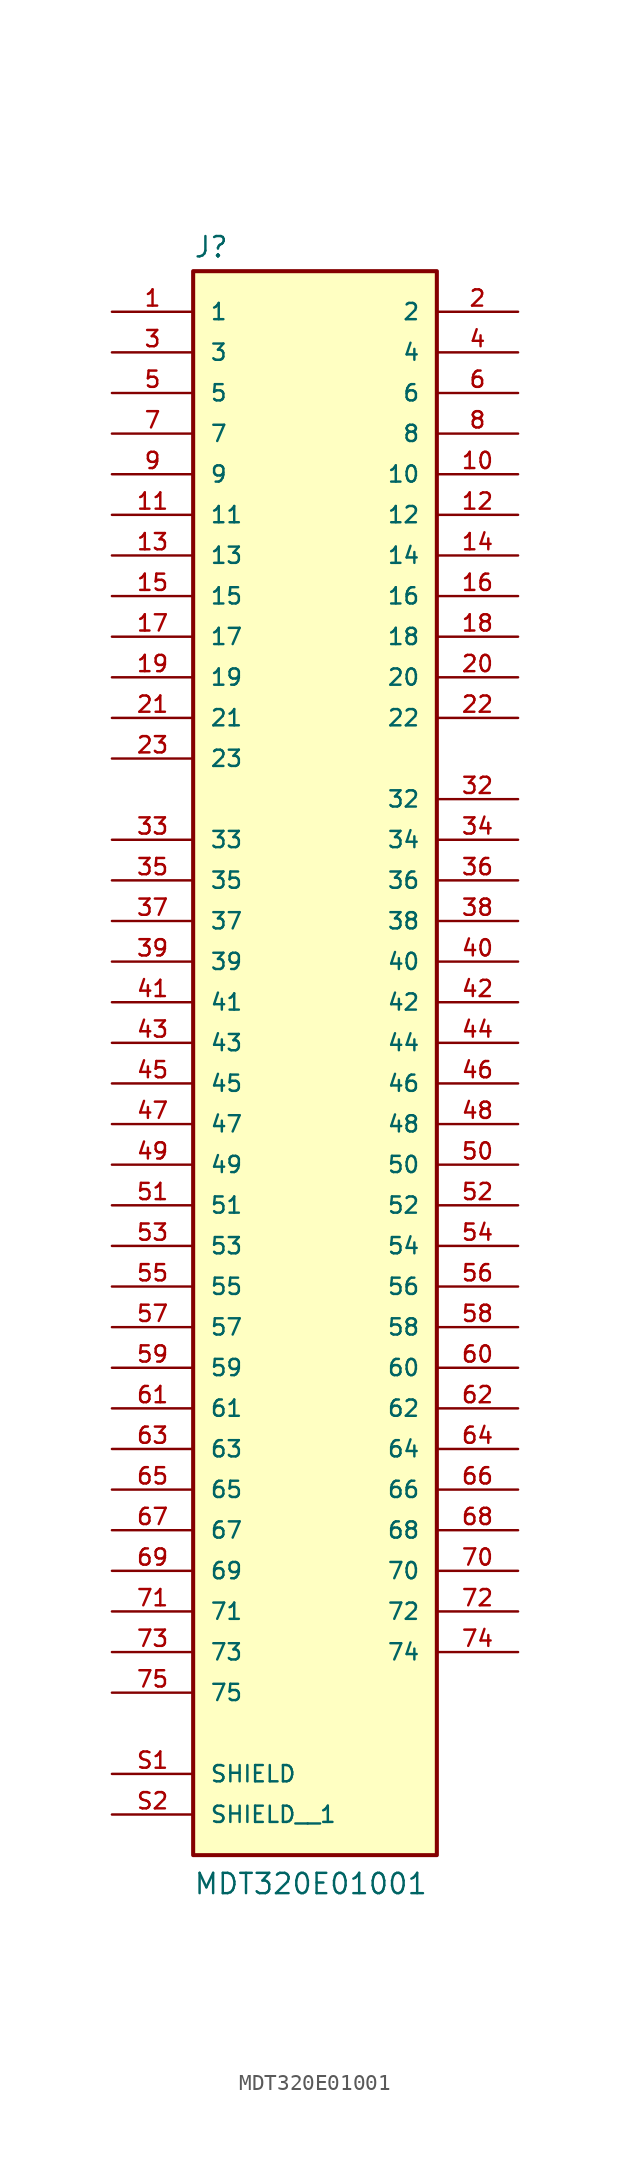
<source format=kicad_sym>
(kicad_symbol_lib
  (version 20211014)
  (generator kicad_symbol_editor)
  (symbol "MDT320E01001"
    (pin_names
      (offset 1.016))
    (property "Reference" "J"
      (at -7.62 49.022 0)
      (effects (font (size 1.27 1.27)) (justify bottom left)))
    (property "Value" "MDT320E01001"
      (at -7.62 -53.34 0)
      (effects (font (size 1.27 1.27)) (justify bottom left)))
    (symbol "MDT320E01001_0_0"
      (rectangle (start -7.62 -50.8) (end 7.62 48.26) (stroke (width 0.254)) (fill (type background)))
      (pin passive line (at -12.7 45.72 0) (length 5.08) (name "1" (effects (font (size 1.016 1.016)))) (number "1" (effects (font (size 1.016 1.016)))))
      (pin passive line (at 12.7 45.72 180.0) (length 5.08) (name "2" (effects (font (size 1.016 1.016)))) (number "2" (effects (font (size 1.016 1.016)))))
      (pin passive line (at -12.7 43.18 0) (length 5.08) (name "3" (effects (font (size 1.016 1.016)))) (number "3" (effects (font (size 1.016 1.016)))))
      (pin passive line (at 12.7 43.18 180.0) (length 5.08) (name "4" (effects (font (size 1.016 1.016)))) (number "4" (effects (font (size 1.016 1.016)))))
      (pin passive line (at -12.7 40.64 0) (length 5.08) (name "5" (effects (font (size 1.016 1.016)))) (number "5" (effects (font (size 1.016 1.016)))))
      (pin passive line (at 12.7 40.64 180.0) (length 5.08) (name "6" (effects (font (size 1.016 1.016)))) (number "6" (effects (font (size 1.016 1.016)))))
      (pin passive line (at -12.7 38.1 0) (length 5.08) (name "7" (effects (font (size 1.016 1.016)))) (number "7" (effects (font (size 1.016 1.016)))))
      (pin passive line (at 12.7 38.1 180.0) (length 5.08) (name "8" (effects (font (size 1.016 1.016)))) (number "8" (effects (font (size 1.016 1.016)))))
      (pin passive line (at -12.7 35.56 0) (length 5.08) (name "9" (effects (font (size 1.016 1.016)))) (number "9" (effects (font (size 1.016 1.016)))))
      (pin passive line (at 12.7 35.56 180.0) (length 5.08) (name "10" (effects (font (size 1.016 1.016)))) (number "10" (effects (font (size 1.016 1.016)))))
      (pin passive line (at -12.7 33.02 0) (length 5.08) (name "11" (effects (font (size 1.016 1.016)))) (number "11" (effects (font (size 1.016 1.016)))))
      (pin passive line (at 12.7 33.02 180.0) (length 5.08) (name "12" (effects (font (size 1.016 1.016)))) (number "12" (effects (font (size 1.016 1.016)))))
      (pin passive line (at -12.7 30.48 0) (length 5.08) (name "13" (effects (font (size 1.016 1.016)))) (number "13" (effects (font (size 1.016 1.016)))))
      (pin passive line (at 12.7 30.48 180.0) (length 5.08) (name "14" (effects (font (size 1.016 1.016)))) (number "14" (effects (font (size 1.016 1.016)))))
      (pin passive line (at -12.7 27.94 0) (length 5.08) (name "15" (effects (font (size 1.016 1.016)))) (number "15" (effects (font (size 1.016 1.016)))))
      (pin passive line (at 12.7 27.94 180.0) (length 5.08) (name "16" (effects (font (size 1.016 1.016)))) (number "16" (effects (font (size 1.016 1.016)))))
      (pin passive line (at -12.7 25.4 0) (length 5.08) (name "17" (effects (font (size 1.016 1.016)))) (number "17" (effects (font (size 1.016 1.016)))))
      (pin passive line (at 12.7 25.4 180.0) (length 5.08) (name "18" (effects (font (size 1.016 1.016)))) (number "18" (effects (font (size 1.016 1.016)))))
      (pin passive line (at -12.7 22.86 0) (length 5.08) (name "19" (effects (font (size 1.016 1.016)))) (number "19" (effects (font (size 1.016 1.016)))))
      (pin passive line (at 12.7 22.86 180.0) (length 5.08) (name "20" (effects (font (size 1.016 1.016)))) (number "20" (effects (font (size 1.016 1.016)))))
      (pin passive line (at -12.7 20.32 0) (length 5.08) (name "21" (effects (font (size 1.016 1.016)))) (number "21" (effects (font (size 1.016 1.016)))))
      (pin passive line (at 12.7 20.32 180.0) (length 5.08) (name "22" (effects (font (size 1.016 1.016)))) (number "22" (effects (font (size 1.016 1.016)))))
      (pin passive line (at -12.7 17.78 0) (length 5.08) (name "23" (effects (font (size 1.016 1.016)))) (number "23" (effects (font (size 1.016 1.016)))))
      (pin passive line (at -12.7 -12.7 0) (length 5.08) (name "53" (effects (font (size 1.016 1.016)))) (number "53" (effects (font (size 1.016 1.016)))))
      (pin passive line (at 12.7 -12.7 180.0) (length 5.08) (name "54" (effects (font (size 1.016 1.016)))) (number "54" (effects (font (size 1.016 1.016)))))
      (pin passive line (at -12.7 -15.24 0) (length 5.08) (name "55" (effects (font (size 1.016 1.016)))) (number "55" (effects (font (size 1.016 1.016)))))
      (pin passive line (at 12.7 -15.24 180.0) (length 5.08) (name "56" (effects (font (size 1.016 1.016)))) (number "56" (effects (font (size 1.016 1.016)))))
      (pin passive line (at -12.7 -17.78 0) (length 5.08) (name "57" (effects (font (size 1.016 1.016)))) (number "57" (effects (font (size 1.016 1.016)))))
      (pin passive line (at 12.7 -17.78 180.0) (length 5.08) (name "58" (effects (font (size 1.016 1.016)))) (number "58" (effects (font (size 1.016 1.016)))))
      (pin passive line (at -12.7 -30.48 0) (length 5.08) (name "67" (effects (font (size 1.016 1.016)))) (number "67" (effects (font (size 1.016 1.016)))))
      (pin passive line (at 12.7 -30.48 180.0) (length 5.08) (name "68" (effects (font (size 1.016 1.016)))) (number "68" (effects (font (size 1.016 1.016)))))
      (pin passive line (at -12.7 -33.02 0) (length 5.08) (name "69" (effects (font (size 1.016 1.016)))) (number "69" (effects (font (size 1.016 1.016)))))
      (pin passive line (at 12.7 -33.02 180.0) (length 5.08) (name "70" (effects (font (size 1.016 1.016)))) (number "70" (effects (font (size 1.016 1.016)))))
      (pin passive line (at -12.7 -35.56 0) (length 5.08) (name "71" (effects (font (size 1.016 1.016)))) (number "71" (effects (font (size 1.016 1.016)))))
      (pin passive line (at 12.7 -35.56 180.0) (length 5.08) (name "72" (effects (font (size 1.016 1.016)))) (number "72" (effects (font (size 1.016 1.016)))))
      (pin passive line (at -12.7 -38.1 0) (length 5.08) (name "73" (effects (font (size 1.016 1.016)))) (number "73" (effects (font (size 1.016 1.016)))))
      (pin passive line (at 12.7 -38.1 180.0) (length 5.08) (name "74" (effects (font (size 1.016 1.016)))) (number "74" (effects (font (size 1.016 1.016)))))
      (pin passive line (at -12.7 -40.64 0) (length 5.08) (name "75" (effects (font (size 1.016 1.016)))) (number "75" (effects (font (size 1.016 1.016)))))
      (pin passive line (at -12.7 -20.32 0) (length 5.08) (name "59" (effects (font (size 1.016 1.016)))) (number "59" (effects (font (size 1.016 1.016)))))
      (pin passive line (at 12.7 -20.32 180.0) (length 5.08) (name "60" (effects (font (size 1.016 1.016)))) (number "60" (effects (font (size 1.016 1.016)))))
      (pin passive line (at -12.7 -22.86 0) (length 5.08) (name "61" (effects (font (size 1.016 1.016)))) (number "61" (effects (font (size 1.016 1.016)))))
      (pin passive line (at 12.7 -22.86 180.0) (length 5.08) (name "62" (effects (font (size 1.016 1.016)))) (number "62" (effects (font (size 1.016 1.016)))))
      (pin passive line (at -12.7 -25.4 0) (length 5.08) (name "63" (effects (font (size 1.016 1.016)))) (number "63" (effects (font (size 1.016 1.016)))))
      (pin passive line (at 12.7 -25.4 180.0) (length 5.08) (name "64" (effects (font (size 1.016 1.016)))) (number "64" (effects (font (size 1.016 1.016)))))
      (pin passive line (at -12.7 -27.94 0) (length 5.08) (name "65" (effects (font (size 1.016 1.016)))) (number "65" (effects (font (size 1.016 1.016)))))
      (pin passive line (at 12.7 -27.94 180.0) (length 5.08) (name "66" (effects (font (size 1.016 1.016)))) (number "66" (effects (font (size 1.016 1.016)))))
      (pin passive line (at -12.7 -45.72 0) (length 5.08) (name "SHIELD" (effects (font (size 1.016 1.016)))) (number "S1" (effects (font (size 1.016 1.016)))))
      (pin passive line (at 12.7 15.24 180.0) (length 5.08) (name "32" (effects (font (size 1.016 1.016)))) (number "32" (effects (font (size 1.016 1.016)))))
      (pin passive line (at -12.7 12.7 0) (length 5.08) (name "33" (effects (font (size 1.016 1.016)))) (number "33" (effects (font (size 1.016 1.016)))))
      (pin passive line (at 12.7 12.7 180.0) (length 5.08) (name "34" (effects (font (size 1.016 1.016)))) (number "34" (effects (font (size 1.016 1.016)))))
      (pin passive line (at 12.7 10.16 180.0) (length 5.08) (name "36" (effects (font (size 1.016 1.016)))) (number "36" (effects (font (size 1.016 1.016)))))
      (pin passive line (at 12.7 7.62 180.0) (length 5.08) (name "38" (effects (font (size 1.016 1.016)))) (number "38" (effects (font (size 1.016 1.016)))))
      (pin passive line (at 12.7 5.08 180.0) (length 5.08) (name "40" (effects (font (size 1.016 1.016)))) (number "40" (effects (font (size 1.016 1.016)))))
      (pin passive line (at 12.7 2.54 180.0) (length 5.08) (name "42" (effects (font (size 1.016 1.016)))) (number "42" (effects (font (size 1.016 1.016)))))
      (pin passive line (at 12.7 0.0 180.0) (length 5.08) (name "44" (effects (font (size 1.016 1.016)))) (number "44" (effects (font (size 1.016 1.016)))))
      (pin passive line (at 12.7 -2.54 180.0) (length 5.08) (name "46" (effects (font (size 1.016 1.016)))) (number "46" (effects (font (size 1.016 1.016)))))
      (pin passive line (at 12.7 -5.08 180.0) (length 5.08) (name "48" (effects (font (size 1.016 1.016)))) (number "48" (effects (font (size 1.016 1.016)))))
      (pin passive line (at 12.7 -7.62 180.0) (length 5.08) (name "50" (effects (font (size 1.016 1.016)))) (number "50" (effects (font (size 1.016 1.016)))))
      (pin passive line (at 12.7 -10.16 180.0) (length 5.08) (name "52" (effects (font (size 1.016 1.016)))) (number "52" (effects (font (size 1.016 1.016)))))
      (pin passive line (at -12.7 10.16 0) (length 5.08) (name "35" (effects (font (size 1.016 1.016)))) (number "35" (effects (font (size 1.016 1.016)))))
      (pin passive line (at -12.7 7.62 0) (length 5.08) (name "37" (effects (font (size 1.016 1.016)))) (number "37" (effects (font (size 1.016 1.016)))))
      (pin passive line (at -12.7 5.08 0) (length 5.08) (name "39" (effects (font (size 1.016 1.016)))) (number "39" (effects (font (size 1.016 1.016)))))
      (pin passive line (at -12.7 2.54 0) (length 5.08) (name "41" (effects (font (size 1.016 1.016)))) (number "41" (effects (font (size 1.016 1.016)))))
      (pin passive line (at -12.7 0.0 0) (length 5.08) (name "43" (effects (font (size 1.016 1.016)))) (number "43" (effects (font (size 1.016 1.016)))))
      (pin passive line (at -12.7 -2.54 0) (length 5.08) (name "45" (effects (font (size 1.016 1.016)))) (number "45" (effects (font (size 1.016 1.016)))))
      (pin passive line (at -12.7 -5.08 0) (length 5.08) (name "47" (effects (font (size 1.016 1.016)))) (number "47" (effects (font (size 1.016 1.016)))))
      (pin passive line (at -12.7 -7.62 0) (length 5.08) (name "49" (effects (font (size 1.016 1.016)))) (number "49" (effects (font (size 1.016 1.016)))))
      (pin passive line (at -12.7 -10.16 0) (length 5.08) (name "51" (effects (font (size 1.016 1.016)))) (number "51" (effects (font (size 1.016 1.016)))))
      (pin passive line (at -12.7 -48.26 0) (length 5.08) (name "SHIELD__1" (effects (font (size 1.016 1.016)))) (number "S2" (effects (font (size 1.016 1.016))))))))
</source>
